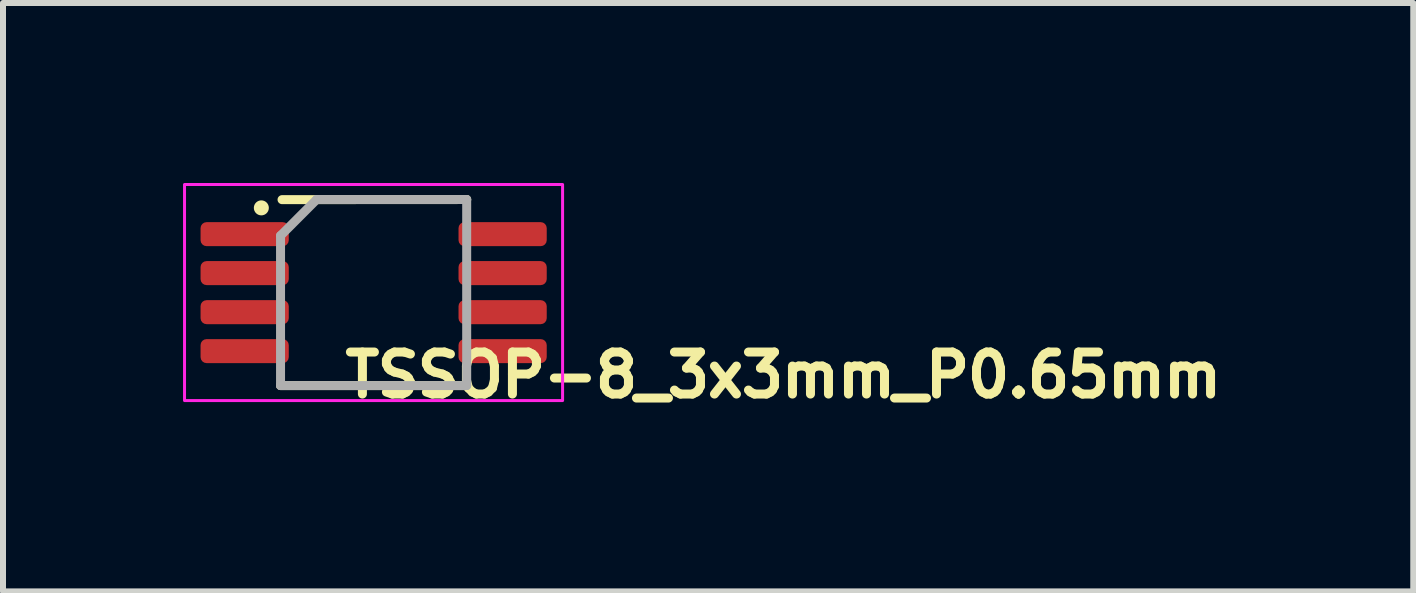
<source format=kicad_pcb>
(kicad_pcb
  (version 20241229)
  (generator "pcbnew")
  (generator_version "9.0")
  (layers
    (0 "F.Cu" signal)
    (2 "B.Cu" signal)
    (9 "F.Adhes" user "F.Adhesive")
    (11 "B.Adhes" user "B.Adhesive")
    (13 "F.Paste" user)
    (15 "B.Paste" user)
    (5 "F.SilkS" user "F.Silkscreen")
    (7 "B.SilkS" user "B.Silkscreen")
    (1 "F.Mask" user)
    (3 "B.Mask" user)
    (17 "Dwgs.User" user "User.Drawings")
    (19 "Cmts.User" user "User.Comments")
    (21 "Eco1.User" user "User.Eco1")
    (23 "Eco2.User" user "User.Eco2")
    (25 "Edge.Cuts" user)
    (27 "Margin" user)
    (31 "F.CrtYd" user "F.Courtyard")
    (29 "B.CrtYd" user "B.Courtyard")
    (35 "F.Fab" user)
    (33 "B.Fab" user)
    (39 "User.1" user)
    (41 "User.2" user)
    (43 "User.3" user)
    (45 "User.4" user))
  (footprint "TSSOP-8_3x3mm_P0.65mm"
    (layer "F.Cu")
    (at 3.175 1.814)
    (property "Reference" "TSSOP-8_3x3mm_P0.65mm" (at -0.551 1.796 180) (layer "F.SilkS") (effects (font (size 0.7 0.7) (thickness 0.15)) (justify left bottom)))
    (attr smd)
    (fp_line (start -1.55 1.561) (end 1.552 1.561) (stroke (width 0.15) (type solid)) (layer "F.SilkS"))
    (fp_line (start -1.525 -1.537) (end 1.552 -1.539) (stroke (width 0.15) (type solid)) (layer "F.SilkS"))
    (fp_circle (center -1.87 -1.4) (end -1.82 -1.4) (stroke (width 0.15) (type solid)) (fill yes) (layer "F.SilkS"))
    (fp_rect (start -3.15 -1.789) (end 3.15 1.811) (stroke (width 0.05) (type solid)) (fill no) (layer "F.CrtYd"))
    (fp_line (start -1.55 -0.937) (end -1.55 1.561) (stroke (width 0.15) (type solid)) (layer "F.Fab"))
    (fp_line (start -1.55 -0.937) (end -0.949 -1.539) (stroke (width 0.15) (type solid)) (layer "F.Fab"))
    (fp_line (start -1.55 1.561) (end 1.552 1.561) (stroke (width 0.15) (type solid)) (layer "F.Fab"))
    (fp_line (start -0.949 -1.539) (end 1.552 -1.539) (stroke (width 0.15) (type solid)) (layer "F.Fab"))
    (fp_line (start 1.552 -1.539) (end 1.552 1.561) (stroke (width 0.15) (type solid)) (layer "F.Fab"))
    (fp_rect (start -2.449 -1.489) (end 2.451 1.513) (stroke (width 0.1) (type solid)) (fill no) (layer "User.5"))
    (fp_line (start -2.449 -0.806) (end -2.449 -1.12) (stroke (width 0.02) (type solid)) (layer "User.9"))
    (fp_line (start -2.449 -0.155) (end -2.449 -0.471) (stroke (width 0.02) (type solid)) (layer "User.9"))
    (fp_line (start -2.449 0.495) (end -2.449 0.18) (stroke (width 0.02) (type solid)) (layer "User.9"))
    (fp_line (start -2.449 1.145) (end -2.449 0.83) (stroke (width 0.02) (type solid)) (layer "User.9"))
    (fp_line (start -2.167 -1.12) (end -2.449 -1.12) (stroke (width 0.02) (type solid)) (layer "User.9"))
    (fp_line (start -2.167 -0.806) (end -2.449 -0.806) (stroke (width 0.02) (type solid)) (layer "User.9"))
    (fp_line (start -2.167 -0.471) (end -2.449 -0.471) (stroke (width 0.02) (type solid)) (layer "User.9"))
    (fp_line (start -2.167 -0.155) (end -2.449 -0.155) (stroke (width 0.02) (type solid)) (layer "User.9"))
    (fp_line (start -2.167 0.18) (end -2.449 0.18) (stroke (width 0.02) (type solid)) (layer "User.9"))
    (fp_line (start -2.167 0.495) (end -2.449 0.495) (stroke (width 0.02) (type solid)) (layer "User.9"))
    (fp_line (start -2.167 0.83) (end -2.449 0.83) (stroke (width 0.02) (type solid)) (layer "User.9"))
    (fp_line (start -2.167 1.145) (end -2.449 1.145) (stroke (width 0.02) (type solid)) (layer "User.9"))
    (fp_line (start -2.076 -1.12) (end -2.167 -1.12) (stroke (width 0.02) (type solid)) (layer "User.9"))
    (fp_line (start -2.076 -0.806) (end -2.167 -0.806) (stroke (width 0.02) (type solid)) (layer "User.9"))
    (fp_line (start -2.076 -0.471) (end -2.167 -0.471) (stroke (width 0.02) (type solid)) (layer "User.9"))
    (fp_line (start -2.076 -0.155) (end -2.167 -0.155) (stroke (width 0.02) (type solid)) (layer "User.9"))
    (fp_line (start -2.076 0.18) (end -2.167 0.18) (stroke (width 0.02) (type solid)) (layer "User.9"))
    (fp_line (start -2.076 0.495) (end -2.167 0.495) (stroke (width 0.02) (type solid)) (layer "User.9"))
    (fp_line (start -2.076 0.83) (end -2.167 0.83) (stroke (width 0.02) (type solid)) (layer "User.9"))
    (fp_line (start -2.076 1.145) (end -2.167 1.145) (stroke (width 0.02) (type solid)) (layer "User.9"))
    (fp_line (start -2.041 -1.12) (end -2.076 -1.12) (stroke (width 0.02) (type solid)) (layer "User.9"))
    (fp_line (start -2.041 -0.806) (end -2.076 -0.806) (stroke (width 0.02) (type solid)) (layer "User.9"))
    (fp_line (start -2.041 -0.471) (end -2.076 -0.471) (stroke (width 0.02) (type solid)) (layer "User.9"))
    (fp_line (start -2.041 -0.155) (end -2.076 -0.155) (stroke (width 0.02) (type solid)) (layer "User.9"))
    (fp_line (start -2.041 0.18) (end -2.076 0.18) (stroke (width 0.02) (type solid)) (layer "User.9"))
    (fp_line (start -2.041 0.495) (end -2.076 0.495) (stroke (width 0.02) (type solid)) (layer "User.9"))
    (fp_line (start -2.041 0.83) (end -2.076 0.83) (stroke (width 0.02) (type solid)) (layer "User.9"))
    (fp_line (start -2.041 1.145) (end -2.076 1.145) (stroke (width 0.02) (type solid)) (layer "User.9"))
    (fp_line (start -1.766 -1.12) (end -2.041 -1.12) (stroke (width 0.02) (type solid)) (layer "User.9"))
    (fp_line (start -1.766 -0.806) (end -2.041 -0.806) (stroke (width 0.02) (type solid)) (layer "User.9"))
    (fp_line (start -1.766 -0.471) (end -2.041 -0.471) (stroke (width 0.02) (type solid)) (layer "User.9"))
    (fp_line (start -1.766 -0.155) (end -2.041 -0.155) (stroke (width 0.02) (type solid)) (layer "User.9"))
    (fp_line (start -1.766 0.18) (end -2.041 0.18) (stroke (width 0.02) (type solid)) (layer "User.9"))
    (fp_line (start -1.766 0.495) (end -2.041 0.495) (stroke (width 0.02) (type solid)) (layer "User.9"))
    (fp_line (start -1.766 0.83) (end -2.041 0.83) (stroke (width 0.02) (type solid)) (layer "User.9"))
    (fp_line (start -1.766 1.145) (end -2.041 1.145) (stroke (width 0.02) (type solid)) (layer "User.9"))
    (fp_line (start -1.499 -1.338) (end -1.499 -1.338) (stroke (width 0.02) (type solid)) (layer "User.9"))
    (fp_line (start -1.499 -1.338) (end -1.499 1.363) (stroke (width 0.02) (type solid)) (layer "User.9"))
    (fp_line (start -1.499 -1.338) (end -1.498 -1.345) (stroke (width 0.02) (type solid)) (layer "User.9"))
    (fp_line (start -1.499 -1.12) (end -1.766 -1.12) (stroke (width 0.02) (type solid)) (layer "User.9"))
    (fp_line (start -1.499 -0.806) (end -1.766 -0.806) (stroke (width 0.02) (type solid)) (layer "User.9"))
    (fp_line (start -1.499 -0.806) (end -1.499 -1.12) (stroke (width 0.02) (type solid)) (layer "User.9"))
    (fp_line (start -1.499 -0.471) (end -1.766 -0.471) (stroke (width 0.02) (type solid)) (layer "User.9"))
    (fp_line (start -1.499 -0.155) (end -1.766 -0.155) (stroke (width 0.02) (type solid)) (layer "User.9"))
    (fp_line (start -1.499 -0.155) (end -1.499 -0.471) (stroke (width 0.02) (type solid)) (layer "User.9"))
    (fp_line (start -1.499 0.18) (end -1.766 0.18) (stroke (width 0.02) (type solid)) (layer "User.9"))
    (fp_line (start -1.499 0.495) (end -1.766 0.495) (stroke (width 0.02) (type solid)) (layer "User.9"))
    (fp_line (start -1.499 0.495) (end -1.499 0.18) (stroke (width 0.02) (type solid)) (layer "User.9"))
    (fp_line (start -1.499 0.83) (end -1.766 0.83) (stroke (width 0.02) (type solid)) (layer "User.9"))
    (fp_line (start -1.499 1.145) (end -1.766 1.145) (stroke (width 0.02) (type solid)) (layer "User.9"))
    (fp_line (start -1.499 1.145) (end -1.499 0.83) (stroke (width 0.02) (type solid)) (layer "User.9"))
    (fp_line (start -1.499 1.363) (end -1.499 1.363) (stroke (width 0.02) (type solid)) (layer "User.9"))
    (fp_line (start -1.498 -1.353) (end -1.497 -1.36) (stroke (width 0.02) (type solid)) (layer "User.9"))
    (fp_line (start -1.498 -1.345) (end -1.498 -1.353) (stroke (width 0.02) (type solid)) (layer "User.9"))
    (fp_line (start -1.498 1.369) (end -1.499 1.363) (stroke (width 0.02) (type solid)) (layer "User.9"))
    (fp_line (start -1.498 1.376) (end -1.498 1.369) (stroke (width 0.02) (type solid)) (layer "User.9"))
    (fp_line (start -1.497 -1.36) (end -1.496 -1.367) (stroke (width 0.02) (type solid)) (layer "User.9"))
    (fp_line (start -1.497 1.384) (end -1.498 1.376) (stroke (width 0.02) (type solid)) (layer "User.9"))
    (fp_line (start -1.496 -1.367) (end -1.494 -1.374) (stroke (width 0.02) (type solid)) (layer "User.9"))
    (fp_line (start -1.496 1.391) (end -1.497 1.384) (stroke (width 0.02) (type solid)) (layer "User.9"))
    (fp_line (start -1.494 -1.374) (end -1.493 -1.38) (stroke (width 0.02) (type solid)) (layer "User.9"))
    (fp_line (start -1.494 1.397) (end -1.496 1.391) (stroke (width 0.02) (type solid)) (layer "User.9"))
    (fp_line (start -1.493 -1.38) (end -1.49 -1.386) (stroke (width 0.02) (type solid)) (layer "User.9"))
    (fp_line (start -1.493 1.404) (end -1.494 1.397) (stroke (width 0.02) (type solid)) (layer "User.9"))
    (fp_line (start -1.49 -1.386) (end -1.488 -1.393) (stroke (width 0.02) (type solid)) (layer "User.9"))
    (fp_line (start -1.49 1.411) (end -1.493 1.404) (stroke (width 0.02) (type solid)) (layer "User.9"))
    (fp_line (start -1.488 -1.393) (end -1.485 -1.4) (stroke (width 0.02) (type solid)) (layer "User.9"))
    (fp_line (start -1.488 1.417) (end -1.49 1.411) (stroke (width 0.02) (type solid)) (layer "User.9"))
    (fp_line (start -1.485 -1.4) (end -1.482 -1.406) (stroke (width 0.02) (type solid)) (layer "User.9"))
    (fp_line (start -1.485 1.424) (end -1.488 1.417) (stroke (width 0.02) (type solid)) (layer "User.9"))
    (fp_line (start -1.482 -1.406) (end -1.478 -1.413) (stroke (width 0.02) (type solid)) (layer "User.9"))
    (fp_line (start -1.482 1.431) (end -1.485 1.424) (stroke (width 0.02) (type solid)) (layer "User.9"))
    (fp_line (start -1.478 -1.413) (end -1.474 -1.42) (stroke (width 0.02) (type solid)) (layer "User.9"))
    (fp_line (start -1.478 1.436) (end -1.482 1.431) (stroke (width 0.02) (type solid)) (layer "User.9"))
    (fp_line (start -1.474 -1.42) (end -1.47 -1.426) (stroke (width 0.02) (type solid)) (layer "User.9"))
    (fp_line (start -1.474 1.444) (end -1.478 1.436) (stroke (width 0.02) (type solid)) (layer "User.9"))
    (fp_line (start -1.47 -1.426) (end -1.465 -1.432) (stroke (width 0.02) (type solid)) (layer "User.9"))
    (fp_line (start -1.47 1.449) (end -1.474 1.444) (stroke (width 0.02) (type solid)) (layer "User.9"))
    (fp_line (start -1.465 -1.432) (end -1.46 -1.438) (stroke (width 0.02) (type solid)) (layer "User.9"))
    (fp_line (start -1.465 1.456) (end -1.47 1.449) (stroke (width 0.02) (type solid)) (layer "User.9"))
    (fp_line (start -1.46 -1.438) (end -1.455 -1.444) (stroke (width 0.02) (type solid)) (layer "User.9"))
    (fp_line (start -1.46 1.461) (end -1.465 1.456) (stroke (width 0.02) (type solid)) (layer "User.9"))
    (fp_line (start -1.455 -1.444) (end -1.455 -1.444) (stroke (width 0.02) (type solid)) (layer "User.9"))
    (fp_line (start -1.455 -1.444) (end -1.448 -1.449) (stroke (width 0.02) (type solid)) (layer "User.9"))
    (fp_line (start -1.455 1.468) (end -1.46 1.461) (stroke (width 0.02) (type solid)) (layer "User.9"))
    (fp_line (start -1.455 1.468) (end -1.455 1.468) (stroke (width 0.02) (type solid)) (layer "User.9"))
    (fp_line (start -1.448 -1.449) (end -1.443 -1.454) (stroke (width 0.02) (type solid)) (layer "User.9"))
    (fp_line (start -1.448 1.473) (end -1.455 1.468) (stroke (width 0.02) (type solid)) (layer "User.9"))
    (fp_line (start -1.443 -1.454) (end -1.437 -1.459) (stroke (width 0.02) (type solid)) (layer "User.9"))
    (fp_line (start -1.443 1.478) (end -1.448 1.473) (stroke (width 0.02) (type solid)) (layer "User.9"))
    (fp_line (start -1.437 -1.459) (end -1.431 -1.463) (stroke (width 0.02) (type solid)) (layer "User.9"))
    (fp_line (start -1.437 1.484) (end -1.443 1.478) (stroke (width 0.02) (type solid)) (layer "User.9"))
    (fp_line (start -1.431 -1.463) (end -1.424 -1.467) (stroke (width 0.02) (type solid)) (layer "User.9"))
    (fp_line (start -1.431 1.488) (end -1.437 1.484) (stroke (width 0.02) (type solid)) (layer "User.9"))
    (fp_line (start -1.424 -1.467) (end -1.418 -1.471) (stroke (width 0.02) (type solid)) (layer "User.9"))
    (fp_line (start -1.424 1.492) (end -1.431 1.488) (stroke (width 0.02) (type solid)) (layer "User.9"))
    (fp_line (start -1.418 -1.471) (end -1.412 -1.474) (stroke (width 0.02) (type solid)) (layer "User.9"))
    (fp_line (start -1.418 1.496) (end -1.424 1.492) (stroke (width 0.02) (type solid)) (layer "User.9"))
    (fp_line (start -1.412 -1.474) (end -1.405 -1.478) (stroke (width 0.02) (type solid)) (layer "User.9"))
    (fp_line (start -1.412 1.498) (end -1.418 1.496) (stroke (width 0.02) (type solid)) (layer "User.9"))
    (fp_line (start -1.405 -1.478) (end -1.398 -1.48) (stroke (width 0.02) (type solid)) (layer "User.9"))
    (fp_line (start -1.405 1.501) (end -1.412 1.498) (stroke (width 0.02) (type solid)) (layer "User.9"))
    (fp_line (start -1.398 -1.48) (end -1.392 -1.483) (stroke (width 0.02) (type solid)) (layer "User.9"))
    (fp_line (start -1.398 1.504) (end -1.405 1.501) (stroke (width 0.02) (type solid)) (layer "User.9"))
    (fp_line (start -1.392 -1.483) (end -1.385 -1.484) (stroke (width 0.02) (type solid)) (layer "User.9"))
    (fp_line (start -1.392 1.506) (end -1.398 1.504) (stroke (width 0.02) (type solid)) (layer "User.9"))
    (fp_line (start -1.385 -1.484) (end -1.377 -1.486) (stroke (width 0.02) (type solid)) (layer "User.9"))
    (fp_line (start -1.385 1.508) (end -1.392 1.506) (stroke (width 0.02) (type solid)) (layer "User.9"))
    (fp_line (start -1.377 -1.486) (end -1.37 -1.487) (stroke (width 0.02) (type solid)) (layer "User.9"))
    (fp_line (start -1.377 1.509) (end -1.385 1.508) (stroke (width 0.02) (type solid)) (layer "User.9"))
    (fp_line (start -1.37 -1.487) (end -1.363 -1.488) (stroke (width 0.02) (type solid)) (layer "User.9"))
    (fp_line (start -1.37 1.51) (end -1.377 1.509) (stroke (width 0.02) (type solid)) (layer "User.9"))
    (fp_line (start -1.363 -1.488) (end -1.356 -1.488) (stroke (width 0.02) (type solid)) (layer "User.9"))
    (fp_line (start -1.363 1.512) (end -1.37 1.51) (stroke (width 0.02) (type solid)) (layer "User.9"))
    (fp_line (start -1.356 -1.488) (end -1.349 -1.489) (stroke (width 0.02) (type solid)) (layer "User.9"))
    (fp_line (start -1.356 1.512) (end -1.363 1.512) (stroke (width 0.02) (type solid)) (layer "User.9"))
    (fp_line (start -1.349 -1.489) (end -1.349 -1.489) (stroke (width 0.02) (type solid)) (layer "User.9"))
    (fp_line (start -1.349 1.513) (end -1.356 1.512) (stroke (width 0.02) (type solid)) (layer "User.9"))
    (fp_line (start -1.349 1.513) (end -1.349 1.513) (stroke (width 0.02) (type solid)) (layer "User.9"))
    (fp_line (start -1.349 1.513) (end 1.351 1.513) (stroke (width 0.02) (type solid)) (layer "User.9"))
    (fp_line (start -1.124 -1) (end -1.124 -0.997) (stroke (width 0.02) (type solid)) (layer "User.9"))
    (fp_line (start -1.124 -1) (end -1.124 -0.997) (stroke (width 0.02) (type solid)) (layer "User.9"))
    (fp_line (start -1.124 -0.997) (end -1.124 -0.992) (stroke (width 0.02) (type solid)) (layer "User.9"))
    (fp_line (start -1.124 -0.997) (end -1.124 -0.992) (stroke (width 0.02) (type solid)) (layer "User.9"))
    (fp_line (start -1.124 -0.992) (end -1.124 -0.989) (stroke (width 0.02) (type solid)) (layer "User.9"))
    (fp_line (start -1.124 -0.992) (end -1.124 -0.989) (stroke (width 0.02) (type solid)) (layer "User.9"))
    (fp_line (start -1.124 -0.989) (end -1.124 -0.98) (stroke (width 0.02) (type solid)) (layer "User.9"))
    (fp_line (start -1.124 -0.989) (end -1.124 -0.98) (stroke (width 0.02) (type solid)) (layer "User.9"))
    (fp_line (start -1.124 -0.98) (end -1.122 -0.972) (stroke (width 0.02) (type solid)) (layer "User.9"))
    (fp_line (start -1.124 -0.98) (end -1.122 -0.972) (stroke (width 0.02) (type solid)) (layer "User.9"))
    (fp_line (start -1.122 -1.013) (end -1.122 -1.008) (stroke (width 0.02) (type solid)) (layer "User.9"))
    (fp_line (start -1.122 -1.013) (end -1.122 -1.008) (stroke (width 0.02) (type solid)) (layer "User.9"))
    (fp_line (start -1.122 -1.008) (end -1.122 -1.005) (stroke (width 0.02) (type solid)) (layer "User.9"))
    (fp_line (start -1.122 -1.008) (end -1.122 -1.005) (stroke (width 0.02) (type solid)) (layer "User.9"))
    (fp_line (start -1.122 -1.005) (end -1.124 -1) (stroke (width 0.02) (type solid)) (layer "User.9"))
    (fp_line (start -1.122 -1.005) (end -1.124 -1) (stroke (width 0.02) (type solid)) (layer "User.9"))
    (fp_line (start -1.122 -0.972) (end -1.122 -0.963) (stroke (width 0.02) (type solid)) (layer "User.9"))
    (fp_line (start -1.122 -0.972) (end -1.122 -0.963) (stroke (width 0.02) (type solid)) (layer "User.9"))
    (fp_line (start -1.122 -0.963) (end -1.12 -0.955) (stroke (width 0.02) (type solid)) (layer "User.9"))
    (fp_line (start -1.122 -0.963) (end -1.12 -0.955) (stroke (width 0.02) (type solid)) (layer "User.9"))
    (fp_line (start -1.12 -1.021) (end -1.12 -1.016) (stroke (width 0.02) (type solid)) (layer "User.9"))
    (fp_line (start -1.12 -1.021) (end -1.12 -1.016) (stroke (width 0.02) (type solid)) (layer "User.9"))
    (fp_line (start -1.12 -1.016) (end -1.122 -1.013) (stroke (width 0.02) (type solid)) (layer "User.9"))
    (fp_line (start -1.12 -1.016) (end -1.122 -1.013) (stroke (width 0.02) (type solid)) (layer "User.9"))
    (fp_line (start -1.12 -0.955) (end -1.118 -0.948) (stroke (width 0.02) (type solid)) (layer "User.9"))
    (fp_line (start -1.12 -0.955) (end -1.118 -0.948) (stroke (width 0.02) (type solid)) (layer "User.9"))
    (fp_line (start -1.118 -1.029) (end -1.118 -1.024) (stroke (width 0.02) (type solid)) (layer "User.9"))
    (fp_line (start -1.118 -1.029) (end -1.118 -1.024) (stroke (width 0.02) (type solid)) (layer "User.9"))
    (fp_line (start -1.118 -1.024) (end -1.12 -1.021) (stroke (width 0.02) (type solid)) (layer "User.9"))
    (fp_line (start -1.118 -1.024) (end -1.12 -1.021) (stroke (width 0.02) (type solid)) (layer "User.9"))
    (fp_line (start -1.118 -0.948) (end -1.114 -0.941) (stroke (width 0.02) (type solid)) (layer "User.9"))
    (fp_line (start -1.118 -0.948) (end -1.114 -0.941) (stroke (width 0.02) (type solid)) (layer "User.9"))
    (fp_line (start -1.116 -1.033) (end -1.118 -1.029) (stroke (width 0.02) (type solid)) (layer "User.9"))
    (fp_line (start -1.116 -1.033) (end -1.118 -1.029) (stroke (width 0.02) (type solid)) (layer "User.9"))
    (fp_line (start -1.114 -1.035) (end -1.116 -1.033) (stroke (width 0.02) (type solid)) (layer "User.9"))
    (fp_line (start -1.114 -1.035) (end -1.116 -1.033) (stroke (width 0.02) (type solid)) (layer "User.9"))
    (fp_line (start -1.114 -0.941) (end -1.112 -0.933) (stroke (width 0.02) (type solid)) (layer "User.9"))
    (fp_line (start -1.114 -0.941) (end -1.112 -0.933) (stroke (width 0.02) (type solid)) (layer "User.9"))
    (fp_line (start -1.112 -1.044) (end -1.112 -1.039) (stroke (width 0.02) (type solid)) (layer "User.9"))
    (fp_line (start -1.112 -1.044) (end -1.112 -1.039) (stroke (width 0.02) (type solid)) (layer "User.9"))
    (fp_line (start -1.112 -1.039) (end -1.114 -1.035) (stroke (width 0.02) (type solid)) (layer "User.9"))
    (fp_line (start -1.112 -1.039) (end -1.114 -1.035) (stroke (width 0.02) (type solid)) (layer "User.9"))
    (fp_line (start -1.112 -0.933) (end -1.108 -0.926) (stroke (width 0.02) (type solid)) (layer "User.9"))
    (fp_line (start -1.112 -0.933) (end -1.108 -0.926) (stroke (width 0.02) (type solid)) (layer "User.9"))
    (fp_line (start -1.11 -1.047) (end -1.112 -1.044) (stroke (width 0.02) (type solid)) (layer "User.9"))
    (fp_line (start -1.11 -1.047) (end -1.112 -1.044) (stroke (width 0.02) (type solid)) (layer "User.9"))
    (fp_line (start -1.108 -1.05) (end -1.11 -1.047) (stroke (width 0.02) (type solid)) (layer "User.9"))
    (fp_line (start -1.108 -1.05) (end -1.11 -1.047) (stroke (width 0.02) (type solid)) (layer "User.9"))
    (fp_line (start -1.108 -0.926) (end -1.102 -0.919) (stroke (width 0.02) (type solid)) (layer "User.9"))
    (fp_line (start -1.108 -0.926) (end -1.102 -0.919) (stroke (width 0.02) (type solid)) (layer "User.9"))
    (fp_line (start -1.106 -1.053) (end -1.108 -1.05) (stroke (width 0.02) (type solid)) (layer "User.9"))
    (fp_line (start -1.106 -1.053) (end -1.108 -1.05) (stroke (width 0.02) (type solid)) (layer "User.9"))
    (fp_line (start -1.102 -1.057) (end -1.106 -1.053) (stroke (width 0.02) (type solid)) (layer "User.9"))
    (fp_line (start -1.102 -1.057) (end -1.106 -1.053) (stroke (width 0.02) (type solid)) (layer "User.9"))
    (fp_line (start -1.102 -0.919) (end -1.098 -0.912) (stroke (width 0.02) (type solid)) (layer "User.9"))
    (fp_line (start -1.102 -0.919) (end -1.098 -0.912) (stroke (width 0.02) (type solid)) (layer "User.9"))
    (fp_line (start -1.1 -1.061) (end -1.102 -1.057) (stroke (width 0.02) (type solid)) (layer "User.9"))
    (fp_line (start -1.1 -1.061) (end -1.102 -1.057) (stroke (width 0.02) (type solid)) (layer "User.9"))
    (fp_line (start -1.098 -1.064) (end -1.1 -1.061) (stroke (width 0.02) (type solid)) (layer "User.9"))
    (fp_line (start -1.098 -1.064) (end -1.1 -1.061) (stroke (width 0.02) (type solid)) (layer "User.9"))
    (fp_line (start -1.098 -0.912) (end -1.094 -0.905) (stroke (width 0.02) (type solid)) (layer "User.9"))
    (fp_line (start -1.098 -0.912) (end -1.094 -0.905) (stroke (width 0.02) (type solid)) (layer "User.9"))
    (fp_line (start -1.096 -1.067) (end -1.098 -1.064) (stroke (width 0.02) (type solid)) (layer "User.9"))
    (fp_line (start -1.096 -1.067) (end -1.098 -1.064) (stroke (width 0.02) (type solid)) (layer "User.9"))
    (fp_line (start -1.094 -1.07) (end -1.096 -1.067) (stroke (width 0.02) (type solid)) (layer "User.9"))
    (fp_line (start -1.094 -1.07) (end -1.096 -1.067) (stroke (width 0.02) (type solid)) (layer "User.9"))
    (fp_line (start -1.094 -0.905) (end -1.088 -0.9) (stroke (width 0.02) (type solid)) (layer "User.9"))
    (fp_line (start -1.094 -0.905) (end -1.088 -0.9) (stroke (width 0.02) (type solid)) (layer "User.9"))
    (fp_line (start -1.09 -1.073) (end -1.094 -1.07) (stroke (width 0.02) (type solid)) (layer "User.9"))
    (fp_line (start -1.09 -1.073) (end -1.094 -1.07) (stroke (width 0.02) (type solid)) (layer "User.9"))
    (fp_line (start -1.088 -1.077) (end -1.09 -1.073) (stroke (width 0.02) (type solid)) (layer "User.9"))
    (fp_line (start -1.088 -1.077) (end -1.09 -1.073) (stroke (width 0.02) (type solid)) (layer "User.9"))
    (fp_line (start -1.088 -0.9) (end -1.082 -0.894) (stroke (width 0.02) (type solid)) (layer "User.9"))
    (fp_line (start -1.088 -0.9) (end -1.082 -0.894) (stroke (width 0.02) (type solid)) (layer "User.9"))
    (fp_line (start -1.084 -1.08) (end -1.088 -1.077) (stroke (width 0.02) (type solid)) (layer "User.9"))
    (fp_line (start -1.084 -1.08) (end -1.088 -1.077) (stroke (width 0.02) (type solid)) (layer "User.9"))
    (fp_line (start -1.082 -1.082) (end -1.084 -1.08) (stroke (width 0.02) (type solid)) (layer "User.9"))
    (fp_line (start -1.082 -1.082) (end -1.084 -1.08) (stroke (width 0.02) (type solid)) (layer "User.9"))
    (fp_line (start -1.082 -0.894) (end -1.076 -0.889) (stroke (width 0.02) (type solid)) (layer "User.9"))
    (fp_line (start -1.082 -0.894) (end -1.076 -0.889) (stroke (width 0.02) (type solid)) (layer "User.9"))
    (fp_line (start -1.078 -1.084) (end -1.082 -1.082) (stroke (width 0.02) (type solid)) (layer "User.9"))
    (fp_line (start -1.078 -1.084) (end -1.082 -1.082) (stroke (width 0.02) (type solid)) (layer "User.9"))
    (fp_line (start -1.076 -1.087) (end -1.078 -1.084) (stroke (width 0.02) (type solid)) (layer "User.9"))
    (fp_line (start -1.076 -1.087) (end -1.078 -1.084) (stroke (width 0.02) (type solid)) (layer "User.9"))
    (fp_line (start -1.076 -0.889) (end -1.068 -0.885) (stroke (width 0.02) (type solid)) (layer "User.9"))
    (fp_line (start -1.076 -0.889) (end -1.068 -0.885) (stroke (width 0.02) (type solid)) (layer "User.9"))
    (fp_line (start -1.072 -1.089) (end -1.076 -1.087) (stroke (width 0.02) (type solid)) (layer "User.9"))
    (fp_line (start -1.072 -1.089) (end -1.076 -1.087) (stroke (width 0.02) (type solid)) (layer "User.9"))
    (fp_line (start -1.068 -1.092) (end -1.072 -1.089) (stroke (width 0.02) (type solid)) (layer "User.9"))
    (fp_line (start -1.068 -1.092) (end -1.072 -1.089) (stroke (width 0.02) (type solid)) (layer "User.9"))
    (fp_line (start -1.068 -0.885) (end -1.062 -0.879) (stroke (width 0.02) (type solid)) (layer "User.9"))
    (fp_line (start -1.068 -0.885) (end -1.062 -0.879) (stroke (width 0.02) (type solid)) (layer "User.9"))
    (fp_line (start -1.066 -1.095) (end -1.068 -1.092) (stroke (width 0.02) (type solid)) (layer "User.9"))
    (fp_line (start -1.066 -1.095) (end -1.068 -1.092) (stroke (width 0.02) (type solid)) (layer "User.9"))
    (fp_line (start -1.062 -1.097) (end -1.066 -1.095) (stroke (width 0.02) (type solid)) (layer "User.9"))
    (fp_line (start -1.062 -1.097) (end -1.066 -1.095) (stroke (width 0.02) (type solid)) (layer "User.9"))
    (fp_line (start -1.062 -1.097) (end -1.062 -1.097) (stroke (width 0.02) (type solid)) (layer "User.9"))
    (fp_line (start -1.062 -1.097) (end -1.062 -1.097) (stroke (width 0.02) (type solid)) (layer "User.9"))
    (fp_line (start -1.062 -0.879) (end -1.062 -0.879) (stroke (width 0.02) (type solid)) (layer "User.9"))
    (fp_line (start -1.062 -0.879) (end -1.062 -0.879) (stroke (width 0.02) (type solid)) (layer "User.9"))
    (fp_line (start -1.062 -0.879) (end -1.054 -0.875) (stroke (width 0.02) (type solid)) (layer "User.9"))
    (fp_line (start -1.062 -0.879) (end -1.054 -0.875) (stroke (width 0.02) (type solid)) (layer "User.9"))
    (fp_line (start -1.054 -1.101) (end -1.062 -1.097) (stroke (width 0.02) (type solid)) (layer "User.9"))
    (fp_line (start -1.054 -1.101) (end -1.062 -1.097) (stroke (width 0.02) (type solid)) (layer "User.9"))
    (fp_line (start -1.054 -0.875) (end -1.046 -0.873) (stroke (width 0.02) (type solid)) (layer "User.9"))
    (fp_line (start -1.054 -0.875) (end -1.046 -0.873) (stroke (width 0.02) (type solid)) (layer "User.9"))
    (fp_line (start -1.046 -1.104) (end -1.054 -1.101) (stroke (width 0.02) (type solid)) (layer "User.9"))
    (fp_line (start -1.046 -1.104) (end -1.054 -1.101) (stroke (width 0.02) (type solid)) (layer "User.9"))
    (fp_line (start -1.046 -0.873) (end -1.038 -0.87) (stroke (width 0.02) (type solid)) (layer "User.9"))
    (fp_line (start -1.046 -0.873) (end -1.038 -0.87) (stroke (width 0.02) (type solid)) (layer "User.9"))
    (fp_line (start -1.038 -1.107) (end -1.046 -1.104) (stroke (width 0.02) (type solid)) (layer "User.9"))
    (fp_line (start -1.038 -1.107) (end -1.046 -1.104) (stroke (width 0.02) (type solid)) (layer "User.9"))
    (fp_line (start -1.038 -0.87) (end -1.032 -0.868) (stroke (width 0.02) (type solid)) (layer "User.9"))
    (fp_line (start -1.038 -0.87) (end -1.032 -0.868) (stroke (width 0.02) (type solid)) (layer "User.9"))
    (fp_line (start -1.032 -1.108) (end -1.038 -1.107) (stroke (width 0.02) (type solid)) (layer "User.9"))
    (fp_line (start -1.032 -1.108) (end -1.038 -1.107) (stroke (width 0.02) (type solid)) (layer "User.9"))
    (fp_line (start -1.032 -0.868) (end -1.024 -0.865) (stroke (width 0.02) (type solid)) (layer "User.9"))
    (fp_line (start -1.032 -0.868) (end -1.024 -0.865) (stroke (width 0.02) (type solid)) (layer "User.9"))
    (fp_line (start -1.024 -1.11) (end -1.032 -1.108) (stroke (width 0.02) (type solid)) (layer "User.9"))
    (fp_line (start -1.024 -1.11) (end -1.032 -1.108) (stroke (width 0.02) (type solid)) (layer "User.9"))
    (fp_line (start -1.024 -0.865) (end -1.016 -0.864) (stroke (width 0.02) (type solid)) (layer "User.9"))
    (fp_line (start -1.024 -0.865) (end -1.016 -0.864) (stroke (width 0.02) (type solid)) (layer "User.9"))
    (fp_line (start -1.016 -1.111) (end -1.024 -1.11) (stroke (width 0.02) (type solid)) (layer "User.9"))
    (fp_line (start -1.016 -1.111) (end -1.024 -1.11) (stroke (width 0.02) (type solid)) (layer "User.9"))
    (fp_line (start -1.016 -0.864) (end -1.008 -0.863) (stroke (width 0.02) (type solid)) (layer "User.9"))
    (fp_line (start -1.016 -0.864) (end -1.008 -0.863) (stroke (width 0.02) (type solid)) (layer "User.9"))
    (fp_line (start -1.008 -1.112) (end -1.016 -1.111) (stroke (width 0.02) (type solid)) (layer "User.9"))
    (fp_line (start -1.008 -1.112) (end -1.016 -1.111) (stroke (width 0.02) (type solid)) (layer "User.9"))
    (fp_line (start -1.008 -0.863) (end -1 -0.863) (stroke (width 0.02) (type solid)) (layer "User.9"))
    (fp_line (start -1.008 -0.863) (end -1 -0.863) (stroke (width 0.02) (type solid)) (layer "User.9"))
    (fp_line (start -1 -1.113) (end -1.008 -1.112) (stroke (width 0.02) (type solid)) (layer "User.9"))
    (fp_line (start -1 -1.113) (end -1.008 -1.112) (stroke (width 0.02) (type solid)) (layer "User.9"))
    (fp_line (start -1 -0.863) (end -0.991 -0.863) (stroke (width 0.02) (type solid)) (layer "User.9"))
    (fp_line (start -1 -0.863) (end -0.991 -0.863) (stroke (width 0.02) (type solid)) (layer "User.9"))
    (fp_line (start -0.991 -1.112) (end -1 -1.113) (stroke (width 0.02) (type solid)) (layer "User.9"))
    (fp_line (start -0.991 -1.112) (end -1 -1.113) (stroke (width 0.02) (type solid)) (layer "User.9"))
    (fp_line (start -0.991 -0.863) (end -0.983 -0.864) (stroke (width 0.02) (type solid)) (layer "User.9"))
    (fp_line (start -0.991 -0.863) (end -0.983 -0.864) (stroke (width 0.02) (type solid)) (layer "User.9"))
    (fp_line (start -0.983 -1.111) (end -0.991 -1.112) (stroke (width 0.02) (type solid)) (layer "User.9"))
    (fp_line (start -0.983 -1.111) (end -0.991 -1.112) (stroke (width 0.02) (type solid)) (layer "User.9"))
    (fp_line (start -0.983 -0.864) (end -0.975 -0.865) (stroke (width 0.02) (type solid)) (layer "User.9"))
    (fp_line (start -0.983 -0.864) (end -0.975 -0.865) (stroke (width 0.02) (type solid)) (layer "User.9"))
    (fp_line (start -0.975 -1.11) (end -0.983 -1.111) (stroke (width 0.02) (type solid)) (layer "User.9"))
    (fp_line (start -0.975 -1.11) (end -0.983 -1.111) (stroke (width 0.02) (type solid)) (layer "User.9"))
    (fp_line (start -0.975 -0.865) (end -0.967 -0.868) (stroke (width 0.02) (type solid)) (layer "User.9"))
    (fp_line (start -0.975 -0.865) (end -0.967 -0.868) (stroke (width 0.02) (type solid)) (layer "User.9"))
    (fp_line (start -0.967 -1.108) (end -0.975 -1.11) (stroke (width 0.02) (type solid)) (layer "User.9"))
    (fp_line (start -0.967 -1.108) (end -0.975 -1.11) (stroke (width 0.02) (type solid)) (layer "User.9"))
    (fp_line (start -0.967 -0.868) (end -0.959 -0.87) (stroke (width 0.02) (type solid)) (layer "User.9"))
    (fp_line (start -0.967 -0.868) (end -0.959 -0.87) (stroke (width 0.02) (type solid)) (layer "User.9"))
    (fp_line (start -0.959 -1.107) (end -0.967 -1.108) (stroke (width 0.02) (type solid)) (layer "User.9"))
    (fp_line (start -0.959 -1.107) (end -0.967 -1.108) (stroke (width 0.02) (type solid)) (layer "User.9"))
    (fp_line (start -0.959 -0.87) (end -0.951 -0.873) (stroke (width 0.02) (type solid)) (layer "User.9"))
    (fp_line (start -0.959 -0.87) (end -0.951 -0.873) (stroke (width 0.02) (type solid)) (layer "User.9"))
    (fp_line (start -0.951 -1.104) (end -0.959 -1.107) (stroke (width 0.02) (type solid)) (layer "User.9"))
    (fp_line (start -0.951 -1.104) (end -0.959 -1.107) (stroke (width 0.02) (type solid)) (layer "User.9"))
    (fp_line (start -0.951 -0.873) (end -0.943 -0.875) (stroke (width 0.02) (type solid)) (layer "User.9"))
    (fp_line (start -0.951 -0.873) (end -0.943 -0.875) (stroke (width 0.02) (type solid)) (layer "User.9"))
    (fp_line (start -0.943 -1.101) (end -0.951 -1.104) (stroke (width 0.02) (type solid)) (layer "User.9"))
    (fp_line (start -0.943 -1.101) (end -0.951 -1.104) (stroke (width 0.02) (type solid)) (layer "User.9"))
    (fp_line (start -0.943 -0.875) (end -0.937 -0.879) (stroke (width 0.02) (type solid)) (layer "User.9"))
    (fp_line (start -0.943 -0.875) (end -0.937 -0.879) (stroke (width 0.02) (type solid)) (layer "User.9"))
    (fp_line (start -0.937 -1.097) (end -0.943 -1.101) (stroke (width 0.02) (type solid)) (layer "User.9"))
    (fp_line (start -0.937 -1.097) (end -0.943 -1.101) (stroke (width 0.02) (type solid)) (layer "User.9"))
    (fp_line (start -0.937 -1.097) (end -0.937 -1.097) (stroke (width 0.02) (type solid)) (layer "User.9"))
    (fp_line (start -0.937 -1.097) (end -0.937 -1.097) (stroke (width 0.02) (type solid)) (layer "User.9"))
    (fp_line (start -0.937 -0.879) (end -0.937 -0.879) (stroke (width 0.02) (type solid)) (layer "User.9"))
    (fp_line (start -0.937 -0.879) (end -0.937 -0.879) (stroke (width 0.02) (type solid)) (layer "User.9"))
    (fp_line (start -0.937 -0.879) (end -0.933 -0.881) (stroke (width 0.02) (type solid)) (layer "User.9"))
    (fp_line (start -0.937 -0.879) (end -0.933 -0.881) (stroke (width 0.02) (type solid)) (layer "User.9"))
    (fp_line (start -0.933 -0.881) (end -0.929 -0.885) (stroke (width 0.02) (type solid)) (layer "User.9"))
    (fp_line (start -0.933 -0.881) (end -0.929 -0.885) (stroke (width 0.02) (type solid)) (layer "User.9"))
    (fp_line (start -0.929 -1.092) (end -0.937 -1.097) (stroke (width 0.02) (type solid)) (layer "User.9"))
    (fp_line (start -0.929 -1.092) (end -0.937 -1.097) (stroke (width 0.02) (type solid)) (layer "User.9"))
    (fp_line (start -0.929 -0.885) (end -0.927 -0.887) (stroke (width 0.02) (type solid)) (layer "User.9"))
    (fp_line (start -0.929 -0.885) (end -0.927 -0.887) (stroke (width 0.02) (type solid)) (layer "User.9"))
    (fp_line (start -0.927 -0.887) (end -0.923 -0.889) (stroke (width 0.02) (type solid)) (layer "User.9"))
    (fp_line (start -0.927 -0.887) (end -0.923 -0.889) (stroke (width 0.02) (type solid)) (layer "User.9"))
    (fp_line (start -0.923 -1.087) (end -0.929 -1.092) (stroke (width 0.02) (type solid)) (layer "User.9"))
    (fp_line (start -0.923 -1.087) (end -0.929 -1.092) (stroke (width 0.02) (type solid)) (layer "User.9"))
    (fp_line (start -0.923 -0.889) (end -0.919 -0.891) (stroke (width 0.02) (type solid)) (layer "User.9"))
    (fp_line (start -0.923 -0.889) (end -0.919 -0.891) (stroke (width 0.02) (type solid)) (layer "User.9"))
    (fp_line (start -0.919 -0.891) (end -0.917 -0.894) (stroke (width 0.02) (type solid)) (layer "User.9"))
    (fp_line (start -0.919 -0.891) (end -0.917 -0.894) (stroke (width 0.02) (type solid)) (layer "User.9"))
    (fp_line (start -0.917 -1.082) (end -0.923 -1.087) (stroke (width 0.02) (type solid)) (layer "User.9"))
    (fp_line (start -0.917 -1.082) (end -0.923 -1.087) (stroke (width 0.02) (type solid)) (layer "User.9"))
    (fp_line (start -0.917 -0.894) (end -0.913 -0.896) (stroke (width 0.02) (type solid)) (layer "User.9"))
    (fp_line (start -0.917 -0.894) (end -0.913 -0.896) (stroke (width 0.02) (type solid)) (layer "User.9"))
    (fp_line (start -0.913 -0.896) (end -0.911 -0.9) (stroke (width 0.02) (type solid)) (layer "User.9"))
    (fp_line (start -0.913 -0.896) (end -0.911 -0.9) (stroke (width 0.02) (type solid)) (layer "User.9"))
    (fp_line (start -0.911 -1.077) (end -0.917 -1.082) (stroke (width 0.02) (type solid)) (layer "User.9"))
    (fp_line (start -0.911 -1.077) (end -0.917 -1.082) (stroke (width 0.02) (type solid)) (layer "User.9"))
    (fp_line (start -0.911 -0.9) (end -0.907 -0.903) (stroke (width 0.02) (type solid)) (layer "User.9"))
    (fp_line (start -0.911 -0.9) (end -0.907 -0.903) (stroke (width 0.02) (type solid)) (layer "User.9"))
    (fp_line (start -0.907 -0.903) (end -0.905 -0.905) (stroke (width 0.02) (type solid)) (layer "User.9"))
    (fp_line (start -0.907 -0.903) (end -0.905 -0.905) (stroke (width 0.02) (type solid)) (layer "User.9"))
    (fp_line (start -0.905 -1.07) (end -0.911 -1.077) (stroke (width 0.02) (type solid)) (layer "User.9"))
    (fp_line (start -0.905 -1.07) (end -0.911 -1.077) (stroke (width 0.02) (type solid)) (layer "User.9"))
    (fp_line (start -0.905 -0.905) (end -0.903 -0.909) (stroke (width 0.02) (type solid)) (layer "User.9"))
    (fp_line (start -0.905 -0.905) (end -0.903 -0.909) (stroke (width 0.02) (type solid)) (layer "User.9"))
    (fp_line (start -0.903 -0.909) (end -0.899 -0.912) (stroke (width 0.02) (type solid)) (layer "User.9"))
    (fp_line (start -0.903 -0.909) (end -0.899 -0.912) (stroke (width 0.02) (type solid)) (layer "User.9"))
    (fp_line (start -0.899 -1.064) (end -0.905 -1.07) (stroke (width 0.02) (type solid)) (layer "User.9"))
    (fp_line (start -0.899 -1.064) (end -0.905 -1.07) (stroke (width 0.02) (type solid)) (layer "User.9"))
    (fp_line (start -0.899 -0.912) (end -0.897 -0.916) (stroke (width 0.02) (type solid)) (layer "User.9"))
    (fp_line (start -0.899 -0.912) (end -0.897 -0.916) (stroke (width 0.02) (type solid)) (layer "User.9"))
    (fp_line (start -0.897 -0.916) (end -0.895 -0.919) (stroke (width 0.02) (type solid)) (layer "User.9"))
    (fp_line (start -0.897 -0.916) (end -0.895 -0.919) (stroke (width 0.02) (type solid)) (layer "User.9"))
    (fp_line (start -0.895 -1.057) (end -0.899 -1.064) (stroke (width 0.02) (type solid)) (layer "User.9"))
    (fp_line (start -0.895 -1.057) (end -0.899 -1.064) (stroke (width 0.02) (type solid)) (layer "User.9"))
    (fp_line (start -0.895 -0.919) (end -0.893 -0.922) (stroke (width 0.02) (type solid)) (layer "User.9"))
    (fp_line (start -0.895 -0.919) (end -0.893 -0.922) (stroke (width 0.02) (type solid)) (layer "User.9"))
    (fp_line (start -0.893 -0.922) (end -0.891 -0.926) (stroke (width 0.02) (type solid)) (layer "User.9"))
    (fp_line (start -0.893 -0.922) (end -0.891 -0.926) (stroke (width 0.02) (type solid)) (layer "User.9"))
    (fp_line (start -0.891 -1.05) (end -0.895 -1.057) (stroke (width 0.02) (type solid)) (layer "User.9"))
    (fp_line (start -0.891 -1.05) (end -0.895 -1.057) (stroke (width 0.02) (type solid)) (layer "User.9"))
    (fp_line (start -0.891 -0.926) (end -0.889 -0.929) (stroke (width 0.02) (type solid)) (layer "User.9"))
    (fp_line (start -0.891 -0.926) (end -0.889 -0.929) (stroke (width 0.02) (type solid)) (layer "User.9"))
    (fp_line (start -0.889 -0.929) (end -0.887 -0.933) (stroke (width 0.02) (type solid)) (layer "User.9"))
    (fp_line (start -0.889 -0.929) (end -0.887 -0.933) (stroke (width 0.02) (type solid)) (layer "User.9"))
    (fp_line (start -0.887 -1.044) (end -0.891 -1.05) (stroke (width 0.02) (type solid)) (layer "User.9"))
    (fp_line (start -0.887 -1.044) (end -0.891 -1.05) (stroke (width 0.02) (type solid)) (layer "User.9"))
    (fp_line (start -0.887 -0.933) (end -0.885 -0.936) (stroke (width 0.02) (type solid)) (layer "User.9"))
    (fp_line (start -0.887 -0.933) (end -0.885 -0.936) (stroke (width 0.02) (type solid)) (layer "User.9"))
    (fp_line (start -0.885 -0.936) (end -0.883 -0.941) (stroke (width 0.02) (type solid)) (layer "User.9"))
    (fp_line (start -0.885 -0.936) (end -0.883 -0.941) (stroke (width 0.02) (type solid)) (layer "User.9"))
    (fp_line (start -0.883 -1.035) (end -0.887 -1.044) (stroke (width 0.02) (type solid)) (layer "User.9"))
    (fp_line (start -0.883 -1.035) (end -0.887 -1.044) (stroke (width 0.02) (type solid)) (layer "User.9"))
    (fp_line (start -0.883 -0.944) (end -0.881 -0.948) (stroke (width 0.02) (type solid)) (layer "User.9"))
    (fp_line (start -0.883 -0.944) (end -0.881 -0.948) (stroke (width 0.02) (type solid)) (layer "User.9"))
    (fp_line (start -0.883 -0.941) (end -0.883 -0.944) (stroke (width 0.02) (type solid)) (layer "User.9"))
    (fp_line (start -0.883 -0.941) (end -0.883 -0.944) (stroke (width 0.02) (type solid)) (layer "User.9"))
    (fp_line (start -0.881 -1.029) (end -0.883 -1.035) (stroke (width 0.02) (type solid)) (layer "User.9"))
    (fp_line (start -0.881 -1.029) (end -0.883 -1.035) (stroke (width 0.02) (type solid)) (layer "User.9"))
    (fp_line (start -0.881 -0.948) (end -0.879 -0.952) (stroke (width 0.02) (type solid)) (layer "User.9"))
    (fp_line (start -0.881 -0.948) (end -0.879 -0.952) (stroke (width 0.02) (type solid)) (layer "User.9"))
    (fp_line (start -0.879 -1.021) (end -0.881 -1.029) (stroke (width 0.02) (type solid)) (layer "User.9"))
    (fp_line (start -0.879 -1.021) (end -0.881 -1.029) (stroke (width 0.02) (type solid)) (layer "User.9"))
    (fp_line (start -0.879 -0.955) (end -0.877 -0.959) (stroke (width 0.02) (type solid)) (layer "User.9"))
    (fp_line (start -0.879 -0.955) (end -0.877 -0.959) (stroke (width 0.02) (type solid)) (layer "User.9"))
    (fp_line (start -0.879 -0.952) (end -0.879 -0.955) (stroke (width 0.02) (type solid)) (layer "User.9"))
    (fp_line (start -0.879 -0.952) (end -0.879 -0.955) (stroke (width 0.02) (type solid)) (layer "User.9"))
    (fp_line (start -0.877 -1.013) (end -0.879 -1.021) (stroke (width 0.02) (type solid)) (layer "User.9"))
    (fp_line (start -0.877 -1.013) (end -0.879 -1.021) (stroke (width 0.02) (type solid)) (layer "User.9"))
    (fp_line (start -0.877 -0.963) (end -0.875 -0.967) (stroke (width 0.02) (type solid)) (layer "User.9"))
    (fp_line (start -0.877 -0.963) (end -0.875 -0.967) (stroke (width 0.02) (type solid)) (layer "User.9"))
    (fp_line (start -0.877 -0.959) (end -0.877 -0.963) (stroke (width 0.02) (type solid)) (layer "User.9"))
    (fp_line (start -0.877 -0.959) (end -0.877 -0.963) (stroke (width 0.02) (type solid)) (layer "User.9"))
    (fp_line (start -0.875 -1.005) (end -0.877 -1.013) (stroke (width 0.02) (type solid)) (layer "User.9"))
    (fp_line (start -0.875 -1.005) (end -0.877 -1.013) (stroke (width 0.02) (type solid)) (layer "User.9"))
    (fp_line (start -0.875 -0.997) (end -0.875 -1.005) (stroke (width 0.02) (type solid)) (layer "User.9"))
    (fp_line (start -0.875 -0.997) (end -0.875 -1.005) (stroke (width 0.02) (type solid)) (layer "User.9"))
    (fp_line (start -0.875 -0.989) (end -0.875 -0.997) (stroke (width 0.02) (type solid)) (layer "User.9"))
    (fp_line (start -0.875 -0.989) (end -0.875 -0.997) (stroke (width 0.02) (type solid)) (layer "User.9"))
    (fp_line (start -0.875 -0.984) (end -0.875 -0.989) (stroke (width 0.02) (type solid)) (layer "User.9"))
    (fp_line (start -0.875 -0.984) (end -0.875 -0.989) (stroke (width 0.02) (type solid)) (layer "User.9"))
    (fp_line (start -0.875 -0.98) (end -0.875 -0.984) (stroke (width 0.02) (type solid)) (layer "User.9"))
    (fp_line (start -0.875 -0.98) (end -0.875 -0.984) (stroke (width 0.02) (type solid)) (layer "User.9"))
    (fp_line (start -0.875 -0.976) (end -0.875 -0.98) (stroke (width 0.02) (type solid)) (layer "User.9"))
    (fp_line (start -0.875 -0.976) (end -0.875 -0.98) (stroke (width 0.02) (type solid)) (layer "User.9"))
    (fp_line (start -0.875 -0.972) (end -0.875 -0.976) (stroke (width 0.02) (type solid)) (layer "User.9"))
    (fp_line (start -0.875 -0.972) (end -0.875 -0.976) (stroke (width 0.02) (type solid)) (layer "User.9"))
    (fp_line (start -0.875 -0.967) (end -0.875 -0.972) (stroke (width 0.02) (type solid)) (layer "User.9"))
    (fp_line (start -0.875 -0.967) (end -0.875 -0.972) (stroke (width 0.02) (type solid)) (layer "User.9"))
    (fp_line (start 1.351 -1.489) (end -1.349 -1.489) (stroke (width 0.02) (type solid)) (layer "User.9"))
    (fp_line (start 1.351 -1.489) (end 1.351 -1.489) (stroke (width 0.02) (type solid)) (layer "User.9"))
    (fp_line (start 1.351 -1.489) (end 1.359 -1.488) (stroke (width 0.02) (type solid)) (layer "User.9"))
    (fp_line (start 1.351 1.513) (end 1.351 1.513) (stroke (width 0.02) (type solid)) (layer "User.9"))
    (fp_line (start 1.359 -1.488) (end 1.366 -1.488) (stroke (width 0.02) (type solid)) (layer "User.9"))
    (fp_line (start 1.359 1.512) (end 1.351 1.513) (stroke (width 0.02) (type solid)) (layer "User.9"))
    (fp_line (start 1.366 -1.488) (end 1.372 -1.487) (stroke (width 0.02) (type solid)) (layer "User.9"))
    (fp_line (start 1.366 1.512) (end 1.359 1.512) (stroke (width 0.02) (type solid)) (layer "User.9"))
    (fp_line (start 1.372 -1.487) (end 1.379 -1.486) (stroke (width 0.02) (type solid)) (layer "User.9"))
    (fp_line (start 1.372 1.51) (end 1.366 1.512) (stroke (width 0.02) (type solid)) (layer "User.9"))
    (fp_line (start 1.379 -1.486) (end 1.387 -1.484) (stroke (width 0.02) (type solid)) (layer "User.9"))
    (fp_line (start 1.379 1.509) (end 1.372 1.51) (stroke (width 0.02) (type solid)) (layer "User.9"))
    (fp_line (start 1.387 -1.484) (end 1.394 -1.483) (stroke (width 0.02) (type solid)) (layer "User.9"))
    (fp_line (start 1.387 1.508) (end 1.379 1.509) (stroke (width 0.02) (type solid)) (layer "User.9"))
    (fp_line (start 1.394 -1.483) (end 1.399 -1.48) (stroke (width 0.02) (type solid)) (layer "User.9"))
    (fp_line (start 1.394 1.506) (end 1.387 1.508) (stroke (width 0.02) (type solid)) (layer "User.9"))
    (fp_line (start 1.399 -1.48) (end 1.407 -1.478) (stroke (width 0.02) (type solid)) (layer "User.9"))
    (fp_line (start 1.399 1.504) (end 1.394 1.506) (stroke (width 0.02) (type solid)) (layer "User.9"))
    (fp_line (start 1.407 -1.478) (end 1.414 -1.474) (stroke (width 0.02) (type solid)) (layer "User.9"))
    (fp_line (start 1.407 1.501) (end 1.399 1.504) (stroke (width 0.02) (type solid)) (layer "User.9"))
    (fp_line (start 1.414 -1.474) (end 1.419 -1.471) (stroke (width 0.02) (type solid)) (layer "User.9"))
    (fp_line (start 1.414 1.498) (end 1.407 1.501) (stroke (width 0.02) (type solid)) (layer "User.9"))
    (fp_line (start 1.419 -1.471) (end 1.426 -1.467) (stroke (width 0.02) (type solid)) (layer "User.9"))
    (fp_line (start 1.419 1.496) (end 1.414 1.498) (stroke (width 0.02) (type solid)) (layer "User.9"))
    (fp_line (start 1.426 -1.467) (end 1.432 -1.463) (stroke (width 0.02) (type solid)) (layer "User.9"))
    (fp_line (start 1.426 1.492) (end 1.419 1.496) (stroke (width 0.02) (type solid)) (layer "User.9"))
    (fp_line (start 1.432 -1.463) (end 1.439 -1.459) (stroke (width 0.02) (type solid)) (layer "User.9"))
    (fp_line (start 1.432 1.488) (end 1.426 1.492) (stroke (width 0.02) (type solid)) (layer "User.9"))
    (fp_line (start 1.439 -1.459) (end 1.444 -1.454) (stroke (width 0.02) (type solid)) (layer "User.9"))
    (fp_line (start 1.439 1.484) (end 1.432 1.488) (stroke (width 0.02) (type solid)) (layer "User.9"))
    (fp_line (start 1.444 -1.454) (end 1.451 -1.449) (stroke (width 0.02) (type solid)) (layer "User.9"))
    (fp_line (start 1.444 1.478) (end 1.439 1.484) (stroke (width 0.02) (type solid)) (layer "User.9"))
    (fp_line (start 1.451 -1.449) (end 1.457 -1.444) (stroke (width 0.02) (type solid)) (layer "User.9"))
    (fp_line (start 1.451 1.473) (end 1.444 1.478) (stroke (width 0.02) (type solid)) (layer "User.9"))
    (fp_line (start 1.457 -1.444) (end 1.457 -1.444) (stroke (width 0.02) (type solid)) (layer "User.9"))
    (fp_line (start 1.457 -1.444) (end 1.463 -1.438) (stroke (width 0.02) (type solid)) (layer "User.9"))
    (fp_line (start 1.457 1.468) (end 1.451 1.473) (stroke (width 0.02) (type solid)) (layer "User.9"))
    (fp_line (start 1.457 1.468) (end 1.457 1.468) (stroke (width 0.02) (type solid)) (layer "User.9"))
    (fp_line (start 1.463 -1.438) (end 1.468 -1.432) (stroke (width 0.02) (type solid)) (layer "User.9"))
    (fp_line (start 1.463 1.461) (end 1.457 1.468) (stroke (width 0.02) (type solid)) (layer "User.9"))
    (fp_line (start 1.468 -1.432) (end 1.472 -1.426) (stroke (width 0.02) (type solid)) (layer "User.9"))
    (fp_line (start 1.468 1.456) (end 1.463 1.461) (stroke (width 0.02) (type solid)) (layer "User.9"))
    (fp_line (start 1.472 -1.426) (end 1.476 -1.42) (stroke (width 0.02) (type solid)) (layer "User.9"))
    (fp_line (start 1.472 1.449) (end 1.468 1.456) (stroke (width 0.02) (type solid)) (layer "User.9"))
    (fp_line (start 1.476 -1.42) (end 1.48 -1.413) (stroke (width 0.02) (type solid)) (layer "User.9"))
    (fp_line (start 1.476 1.444) (end 1.472 1.449) (stroke (width 0.02) (type solid)) (layer "User.9"))
    (fp_line (start 1.48 -1.413) (end 1.484 -1.406) (stroke (width 0.02) (type solid)) (layer "User.9"))
    (fp_line (start 1.48 1.436) (end 1.476 1.444) (stroke (width 0.02) (type solid)) (layer "User.9"))
    (fp_line (start 1.484 -1.406) (end 1.488 -1.4) (stroke (width 0.02) (type solid)) (layer "User.9"))
    (fp_line (start 1.484 1.431) (end 1.48 1.436) (stroke (width 0.02) (type solid)) (layer "User.9"))
    (fp_line (start 1.488 -1.4) (end 1.491 -1.393) (stroke (width 0.02) (type solid)) (layer "User.9"))
    (fp_line (start 1.488 1.424) (end 1.484 1.431) (stroke (width 0.02) (type solid)) (layer "User.9"))
    (fp_line (start 1.491 -1.393) (end 1.492 -1.386) (stroke (width 0.02) (type solid)) (layer "User.9"))
    (fp_line (start 1.491 1.417) (end 1.488 1.424) (stroke (width 0.02) (type solid)) (layer "User.9"))
    (fp_line (start 1.492 -1.386) (end 1.496 -1.38) (stroke (width 0.02) (type solid)) (layer "User.9"))
    (fp_line (start 1.492 1.411) (end 1.491 1.417) (stroke (width 0.02) (type solid)) (layer "User.9"))
    (fp_line (start 1.496 -1.38) (end 1.496 -1.374) (stroke (width 0.02) (type solid)) (layer "User.9"))
    (fp_line (start 1.496 -1.374) (end 1.499 -1.367) (stroke (width 0.02) (type solid)) (layer "User.9"))
    (fp_line (start 1.496 1.397) (end 1.496 1.404) (stroke (width 0.02) (type solid)) (layer "User.9"))
    (fp_line (start 1.496 1.404) (end 1.492 1.411) (stroke (width 0.02) (type solid)) (layer "User.9"))
    (fp_line (start 1.499 -1.367) (end 1.5 -1.36) (stroke (width 0.02) (type solid)) (layer "User.9"))
    (fp_line (start 1.499 1.391) (end 1.496 1.397) (stroke (width 0.02) (type solid)) (layer "User.9"))
    (fp_line (start 1.5 -1.36) (end 1.5 -1.353) (stroke (width 0.02) (type solid)) (layer "User.9"))
    (fp_line (start 1.5 -1.353) (end 1.5 -1.345) (stroke (width 0.02) (type solid)) (layer "User.9"))
    (fp_line (start 1.5 -1.345) (end 1.5 -1.338) (stroke (width 0.02) (type solid)) (layer "User.9"))
    (fp_line (start 1.5 -1.338) (end 1.5 -1.338) (stroke (width 0.02) (type solid)) (layer "User.9"))
    (fp_line (start 1.5 -0.806) (end 1.5 -1.12) (stroke (width 0.02) (type solid)) (layer "User.9"))
    (fp_line (start 1.5 -0.155) (end 1.5 -0.471) (stroke (width 0.02) (type solid)) (layer "User.9"))
    (fp_line (start 1.5 0.495) (end 1.5 0.18) (stroke (width 0.02) (type solid)) (layer "User.9"))
    (fp_line (start 1.5 1.145) (end 1.5 0.83) (stroke (width 0.02) (type solid)) (layer "User.9"))
    (fp_line (start 1.5 1.363) (end 1.5 -1.338) (stroke (width 0.02) (type solid)) (layer "User.9"))
    (fp_line (start 1.5 1.363) (end 1.5 1.363) (stroke (width 0.02) (type solid)) (layer "User.9"))
    (fp_line (start 1.5 1.363) (end 1.5 1.369) (stroke (width 0.02) (type solid)) (layer "User.9"))
    (fp_line (start 1.5 1.369) (end 1.5 1.376) (stroke (width 0.02) (type solid)) (layer "User.9"))
    (fp_line (start 1.5 1.376) (end 1.5 1.384) (stroke (width 0.02) (type solid)) (layer "User.9"))
    (fp_line (start 1.5 1.384) (end 1.499 1.391) (stroke (width 0.02) (type solid)) (layer "User.9"))
    (fp_line (start 1.767 -1.12) (end 1.5 -1.12) (stroke (width 0.02) (type solid)) (layer "User.9"))
    (fp_line (start 1.767 -0.806) (end 1.5 -0.806) (stroke (width 0.02) (type solid)) (layer "User.9"))
    (fp_line (start 1.767 -0.471) (end 1.5 -0.471) (stroke (width 0.02) (type solid)) (layer "User.9"))
    (fp_line (start 1.767 -0.155) (end 1.5 -0.155) (stroke (width 0.02) (type solid)) (layer "User.9"))
    (fp_line (start 1.767 0.18) (end 1.5 0.18) (stroke (width 0.02) (type solid)) (layer "User.9"))
    (fp_line (start 1.767 0.495) (end 1.5 0.495) (stroke (width 0.02) (type solid)) (layer "User.9"))
    (fp_line (start 1.767 0.83) (end 1.5 0.83) (stroke (width 0.02) (type solid)) (layer "User.9"))
    (fp_line (start 1.767 1.145) (end 1.5 1.145) (stroke (width 0.02) (type solid)) (layer "User.9"))
    (fp_line (start 2.042 -1.12) (end 1.767 -1.12) (stroke (width 0.02) (type solid)) (layer "User.9"))
    (fp_line (start 2.042 -0.806) (end 1.767 -0.806) (stroke (width 0.02) (type solid)) (layer "User.9"))
    (fp_line (start 2.042 -0.471) (end 1.767 -0.471) (stroke (width 0.02) (type solid)) (layer "User.9"))
    (fp_line (start 2.042 -0.155) (end 1.767 -0.155) (stroke (width 0.02) (type solid)) (layer "User.9"))
    (fp_line (start 2.042 0.18) (end 1.767 0.18) (stroke (width 0.02) (type solid)) (layer "User.9"))
    (fp_line (start 2.042 0.495) (end 1.767 0.495) (stroke (width 0.02) (type solid)) (layer "User.9"))
    (fp_line (start 2.042 0.83) (end 1.767 0.83) (stroke (width 0.02) (type solid)) (layer "User.9"))
    (fp_line (start 2.042 1.145) (end 1.767 1.145) (stroke (width 0.02) (type solid)) (layer "User.9"))
    (fp_line (start 2.079 -1.12) (end 2.042 -1.12) (stroke (width 0.02) (type solid)) (layer "User.9"))
    (fp_line (start 2.079 -0.806) (end 2.042 -0.806) (stroke (width 0.02) (type solid)) (layer "User.9"))
    (fp_line (start 2.079 -0.471) (end 2.042 -0.471) (stroke (width 0.02) (type solid)) (layer "User.9"))
    (fp_line (start 2.079 -0.155) (end 2.042 -0.155) (stroke (width 0.02) (type solid)) (layer "User.9"))
    (fp_line (start 2.079 0.18) (end 2.042 0.18) (stroke (width 0.02) (type solid)) (layer "User.9"))
    (fp_line (start 2.079 0.495) (end 2.042 0.495) (stroke (width 0.02) (type solid)) (layer "User.9"))
    (fp_line (start 2.079 0.83) (end 2.042 0.83) (stroke (width 0.02) (type solid)) (layer "User.9"))
    (fp_line (start 2.079 1.145) (end 2.042 1.145) (stroke (width 0.02) (type solid)) (layer "User.9"))
    (fp_line (start 2.17 -1.12) (end 2.079 -1.12) (stroke (width 0.02) (type solid)) (layer "User.9"))
    (fp_line (start 2.17 -0.806) (end 2.079 -0.806) (stroke (width 0.02) (type solid)) (layer "User.9"))
    (fp_line (start 2.17 -0.471) (end 2.079 -0.471) (stroke (width 0.02) (type solid)) (layer "User.9"))
    (fp_line (start 2.17 -0.155) (end 2.079 -0.155) (stroke (width 0.02) (type solid)) (layer "User.9"))
    (fp_line (start 2.17 0.18) (end 2.079 0.18) (stroke (width 0.02) (type solid)) (layer "User.9"))
    (fp_line (start 2.17 0.495) (end 2.079 0.495) (stroke (width 0.02) (type solid)) (layer "User.9"))
    (fp_line (start 2.17 0.83) (end 2.079 0.83) (stroke (width 0.02) (type solid)) (layer "User.9"))
    (fp_line (start 2.17 1.145) (end 2.079 1.145) (stroke (width 0.02) (type solid)) (layer "User.9"))
    (fp_line (start 2.451 -1.12) (end 2.17 -1.12) (stroke (width 0.02) (type solid)) (layer "User.9"))
    (fp_line (start 2.451 -0.806) (end 2.17 -0.806) (stroke (width 0.02) (type solid)) (layer "User.9"))
    (fp_line (start 2.451 -0.806) (end 2.451 -1.12) (stroke (width 0.02) (type solid)) (layer "User.9"))
    (fp_line (start 2.451 -0.471) (end 2.17 -0.471) (stroke (width 0.02) (type solid)) (layer "User.9"))
    (fp_line (start 2.451 -0.155) (end 2.17 -0.155) (stroke (width 0.02) (type solid)) (layer "User.9"))
    (fp_line (start 2.451 -0.155) (end 2.451 -0.471) (stroke (width 0.02) (type solid)) (layer "User.9"))
    (fp_line (start 2.451 0.18) (end 2.17 0.18) (stroke (width 0.02) (type solid)) (layer "User.9"))
    (fp_line (start 2.451 0.495) (end 2.17 0.495) (stroke (width 0.02) (type solid)) (layer "User.9"))
    (fp_line (start 2.451 0.495) (end 2.451 0.18) (stroke (width 0.02) (type solid)) (layer "User.9"))
    (fp_line (start 2.451 0.83) (end 2.17 0.83) (stroke (width 0.02) (type solid)) (layer "User.9"))
    (fp_line (start 2.451 1.145) (end 2.17 1.145) (stroke (width 0.02) (type solid)) (layer "User.9"))
    (fp_line (start 2.451 1.145) (end 2.451 0.83) (stroke (width 0.02) (type solid)) (layer "User.9"))
    (pad "1" smd roundrect (at -2.148 -0.962) (size 1.47 0.4) (layers "F.Cu" "F.Mask" "F.Paste") (roundrect_rratio 0.25))
    (pad "2" smd roundrect (at -2.148 -0.313) (size 1.47 0.4) (layers "F.Cu" "F.Mask" "F.Paste") (roundrect_rratio 0.25))
    (pad "3" smd roundrect (at -2.148 0.338) (size 1.47 0.4) (layers "F.Cu" "F.Mask" "F.Paste") (roundrect_rratio 0.25))
    (pad "4" smd roundrect (at -2.148 0.987) (size 1.47 0.4) (layers "F.Cu" "F.Mask" "F.Paste") (roundrect_rratio 0.25))
    (pad "5" smd roundrect (at 2.151 0.987) (size 1.47 0.4) (layers "F.Cu" "F.Mask" "F.Paste") (roundrect_rratio 0.25))
    (pad "6" smd roundrect (at 2.151 0.338) (size 1.47 0.4) (layers "F.Cu" "F.Mask" "F.Paste") (roundrect_rratio 0.25))
    (pad "7" smd roundrect (at 2.151 -0.313) (size 1.47 0.4) (layers "F.Cu" "F.Mask" "F.Paste") (roundrect_rratio 0.25))
    (pad "8" smd roundrect (at 2.151 -0.962) (size 1.47 0.4) (layers "F.Cu" "F.Mask" "F.Paste") (roundrect_rratio 0.25)))
  (gr_rect
    (start -3 -3)
    (end 20.501 6.805)
    (stroke (width 0.1) (type default))
    (fill no)
    (layer "Edge.Cuts")))
</source>
